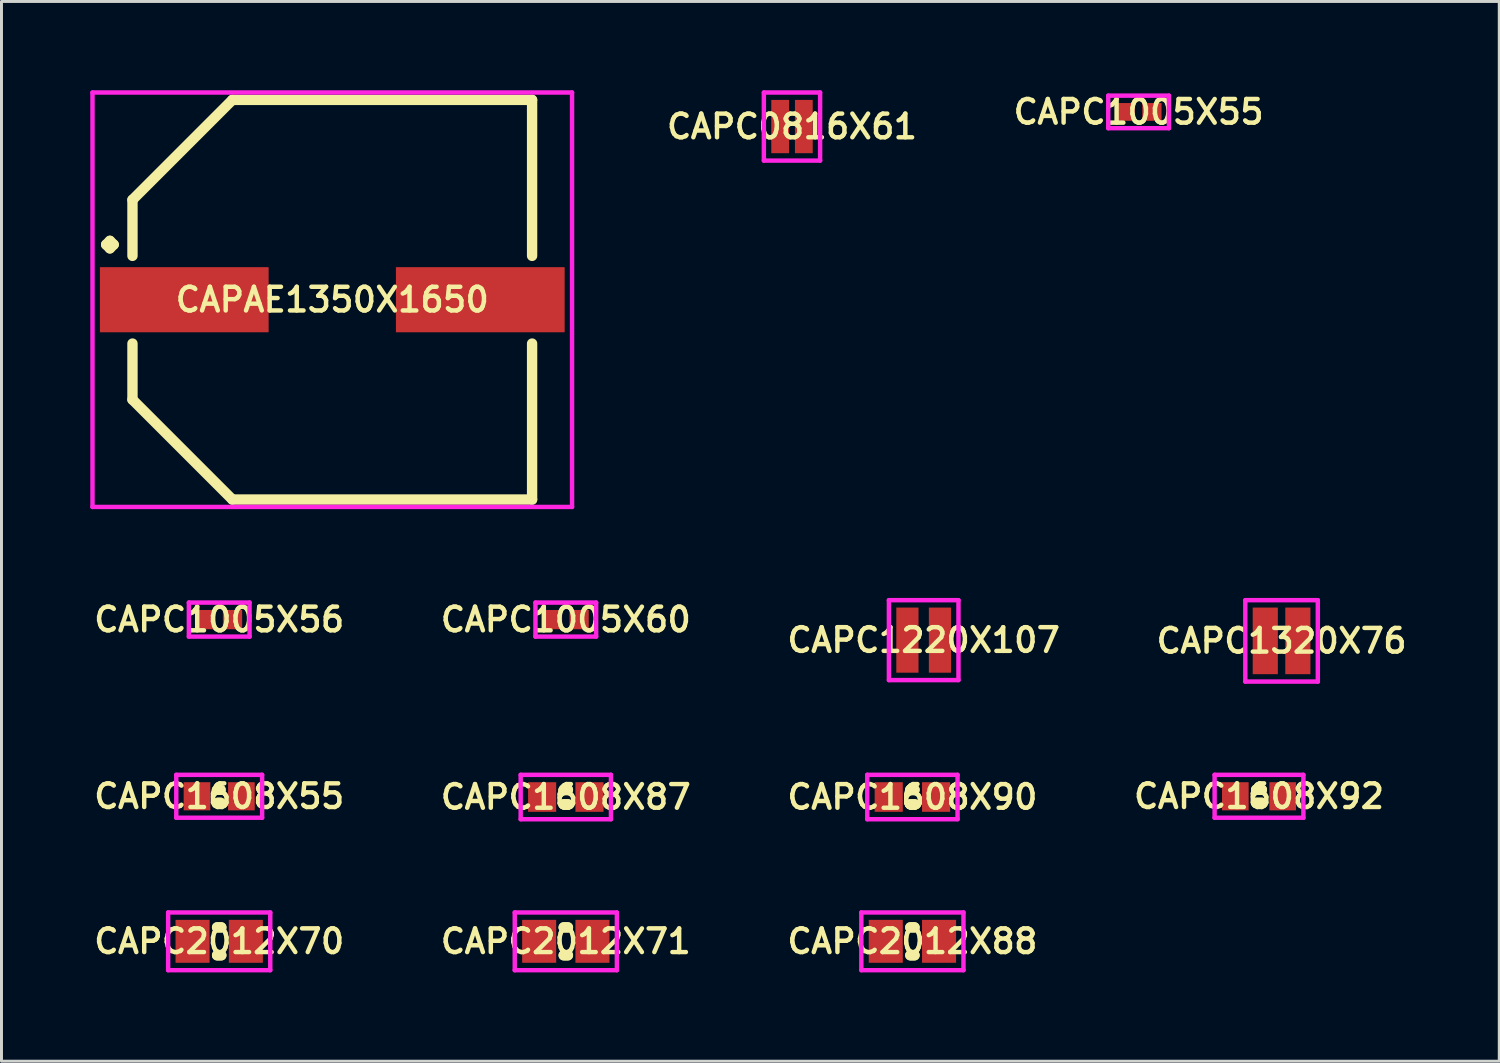
<source format=kicad_pcb>
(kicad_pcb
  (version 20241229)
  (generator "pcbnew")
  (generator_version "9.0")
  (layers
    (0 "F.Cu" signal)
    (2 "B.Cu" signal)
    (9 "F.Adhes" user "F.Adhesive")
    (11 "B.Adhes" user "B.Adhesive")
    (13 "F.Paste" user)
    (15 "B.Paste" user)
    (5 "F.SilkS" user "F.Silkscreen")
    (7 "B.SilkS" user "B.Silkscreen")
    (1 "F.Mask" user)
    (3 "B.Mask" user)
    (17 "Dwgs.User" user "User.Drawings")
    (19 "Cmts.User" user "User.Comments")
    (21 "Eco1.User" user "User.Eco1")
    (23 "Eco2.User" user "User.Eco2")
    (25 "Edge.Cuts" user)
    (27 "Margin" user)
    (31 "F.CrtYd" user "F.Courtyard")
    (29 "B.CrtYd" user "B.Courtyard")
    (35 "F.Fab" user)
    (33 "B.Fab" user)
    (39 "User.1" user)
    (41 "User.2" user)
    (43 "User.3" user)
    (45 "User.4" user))
  (footprint "CAPC1005X55"
    (layer "F.Cu")
    (at 35.414 0.731)
    (property "Reference" "CAPC1005X55" (at 0 0 0) (layer "F.SilkS") (effects (font (size 0.8 0.8) (thickness 0.15))))
    (attr smd)
    (fp_line (start -1.025 -0.55) (end 1.025 -0.55) (stroke (width 0.15) (type solid)) (layer "F.CrtYd"))
    (fp_line (start -1.025 0.55) (end -1.025 -0.55) (stroke (width 0.15) (type solid)) (layer "F.CrtYd"))
    (fp_line (start 1.025 -0.55) (end 1.025 0.55) (stroke (width 0.15) (type solid)) (layer "F.CrtYd"))
    (fp_line (start 1.025 0.55) (end -1.025 0.55) (stroke (width 0.15) (type solid)) (layer "F.CrtYd"))
    (pad "1" smd rect (at -0.45 0) (size 0.65 0.6) (layers "F.Cu" "F.Mask" "F.Paste"))
    (pad "2" smd rect (at 0.45 0) (size 0.65 0.6) (layers "F.Cu" "F.Mask" "F.Paste")))
  (footprint "CAPC1608X92"
    (layer "F.Cu")
    (at 39.482 23.85)
    (property "Reference" "CAPC1608X92" (at 0 0 0) (layer "F.SilkS") (effects (font (size 0.8 0.8) (thickness 0.15))))
    (attr smd)
    (fp_line (start -0.096 -0.221) (end 0.096 -0.221) (stroke (width 0.35) (type solid)) (layer "F.SilkS"))
    (fp_line (start -0.096 0.221) (end 0.096 0.221) (stroke (width 0.35) (type solid)) (layer "F.SilkS"))
    (fp_line (start 0.096 -0.221) (end -0.096 -0.221) (stroke (width 0.35) (type solid)) (layer "F.SilkS"))
    (fp_line (start 0.096 0.221) (end -0.096 0.221) (stroke (width 0.35) (type solid)) (layer "F.SilkS"))
    (fp_line (start -1.5 -0.725) (end 1.5 -0.725) (stroke (width 0.15) (type solid)) (layer "F.CrtYd"))
    (fp_line (start -1.5 0.725) (end -1.5 -0.725) (stroke (width 0.15) (type solid)) (layer "F.CrtYd"))
    (fp_line (start 1.5 -0.725) (end 1.5 0.725) (stroke (width 0.15) (type solid)) (layer "F.CrtYd"))
    (fp_line (start 1.5 0.725) (end -1.5 0.725) (stroke (width 0.15) (type solid)) (layer "F.CrtYd"))
    (pad "1" smd rect (at -0.8 0) (size 0.9 0.95) (layers "F.Cu" "F.Mask" "F.Paste"))
    (pad "2" smd rect (at 0.8 0) (size 0.9 0.95) (layers "F.Cu" "F.Mask" "F.Paste")))
  (footprint "CAPC2012X70"
    (layer "F.Cu")
    (at 4.355 28.75)
    (property "Reference" "CAPC2012X70" (at 0 0 0) (layer "F.SilkS") (effects (font (size 0.8 0.8) (thickness 0.15))))
    (attr smd)
    (fp_line (start -0.071 -0.471) (end 0.071 -0.471) (stroke (width 0.35) (type solid)) (layer "F.SilkS"))
    (fp_line (start -0.071 0.471) (end 0.071 0.471) (stroke (width 0.35) (type solid)) (layer "F.SilkS"))
    (fp_line (start 0.071 -0.471) (end -0.071 -0.471) (stroke (width 0.35) (type solid)) (layer "F.SilkS"))
    (fp_line (start 0.071 0.471) (end -0.071 0.471) (stroke (width 0.35) (type solid)) (layer "F.SilkS"))
    (fp_line (start -1.725 -0.975) (end 1.725 -0.975) (stroke (width 0.15) (type solid)) (layer "F.CrtYd"))
    (fp_line (start -1.725 0.975) (end -1.725 -0.975) (stroke (width 0.15) (type solid)) (layer "F.CrtYd"))
    (fp_line (start 1.725 -0.975) (end 1.725 0.975) (stroke (width 0.15) (type solid)) (layer "F.CrtYd"))
    (fp_line (start 1.725 0.975) (end -1.725 0.975) (stroke (width 0.15) (type solid)) (layer "F.CrtYd"))
    (pad "1" smd rect (at -0.9 0) (size 1.15 1.45) (layers "F.Cu" "F.Mask" "F.Paste"))
    (pad "2" smd rect (at 0.9 0) (size 1.15 1.45) (layers "F.Cu" "F.Mask" "F.Paste")))
  (footprint "CAPC2012X88"
    (layer "F.Cu")
    (at 27.773 28.75)
    (property "Reference" "CAPC2012X88" (at 0 0 0) (layer "F.SilkS") (effects (font (size 0.8 0.8) (thickness 0.15))))
    (attr smd)
    (fp_line (start -0.071 -0.471) (end 0.071 -0.471) (stroke (width 0.35) (type solid)) (layer "F.SilkS"))
    (fp_line (start -0.071 0.471) (end 0.071 0.471) (stroke (width 0.35) (type solid)) (layer "F.SilkS"))
    (fp_line (start 0.071 -0.471) (end -0.071 -0.471) (stroke (width 0.35) (type solid)) (layer "F.SilkS"))
    (fp_line (start 0.071 0.471) (end -0.071 0.471) (stroke (width 0.35) (type solid)) (layer "F.SilkS"))
    (fp_line (start -1.725 -0.975) (end 1.725 -0.975) (stroke (width 0.15) (type solid)) (layer "F.CrtYd"))
    (fp_line (start -1.725 0.975) (end -1.725 -0.975) (stroke (width 0.15) (type solid)) (layer "F.CrtYd"))
    (fp_line (start 1.725 -0.975) (end 1.725 0.975) (stroke (width 0.15) (type solid)) (layer "F.CrtYd"))
    (fp_line (start 1.725 0.975) (end -1.725 0.975) (stroke (width 0.15) (type solid)) (layer "F.CrtYd"))
    (pad "1" smd rect (at -0.9 0) (size 1.15 1.45) (layers "F.Cu" "F.Mask" "F.Paste"))
    (pad "2" smd rect (at 0.9 0) (size 1.15 1.45) (layers "F.Cu" "F.Mask" "F.Paste")))
  (footprint "CAPC1005X60"
    (layer "F.Cu")
    (at 16.064 17.881)
    (property "Reference" "CAPC1005X60" (at 0 0 0) (layer "F.SilkS") (effects (font (size 0.8 0.8) (thickness 0.15))))
    (attr smd)
    (fp_line (start -1.025 -0.575) (end 1.025 -0.575) (stroke (width 0.15) (type solid)) (layer "F.CrtYd"))
    (fp_line (start -1.025 0.575) (end -1.025 -0.575) (stroke (width 0.15) (type solid)) (layer "F.CrtYd"))
    (fp_line (start 1.025 -0.575) (end 1.025 0.575) (stroke (width 0.15) (type solid)) (layer "F.CrtYd"))
    (fp_line (start 1.025 0.575) (end -1.025 0.575) (stroke (width 0.15) (type solid)) (layer "F.CrtYd"))
    (pad "1" smd rect (at -0.45 0) (size 0.65 0.65) (layers "F.Cu" "F.Mask" "F.Paste"))
    (pad "2" smd rect (at 0.45 0) (size 0.65 0.65) (layers "F.Cu" "F.Mask" "F.Paste")))
  (footprint "CAPC0816X61"
    (layer "F.Cu")
    (at 23.705 1.225)
    (property "Reference" "CAPC0816X61" (at 0 0 0) (layer "F.SilkS") (effects (font (size 0.8 0.8) (thickness 0.15))))
    (attr smd)
    (fp_line (start -0.95 -1.15) (end 0.95 -1.15) (stroke (width 0.15) (type solid)) (layer "F.CrtYd"))
    (fp_line (start -0.95 1.15) (end -0.95 -1.15) (stroke (width 0.15) (type solid)) (layer "F.CrtYd"))
    (fp_line (start 0.95 -1.15) (end 0.95 1.15) (stroke (width 0.15) (type solid)) (layer "F.CrtYd"))
    (fp_line (start 0.95 1.15) (end -0.95 1.15) (stroke (width 0.15) (type solid)) (layer "F.CrtYd"))
    (pad "1" smd rect (at -0.4 0) (size 0.6 1.8) (layers "F.Cu" "F.Mask" "F.Paste"))
    (pad "2" smd rect (at 0.4 0) (size 0.6 1.8) (layers "F.Cu" "F.Mask" "F.Paste")))
  (footprint "CAPC1608X55"
    (layer "F.Cu")
    (at 4.355 23.85)
    (property "Reference" "CAPC1608X55" (at 0 0 0) (layer "F.SilkS") (effects (font (size 0.8 0.8) (thickness 0.15))))
    (attr smd)
    (fp_line (start -0.046 -0.221) (end 0.046 -0.221) (stroke (width 0.35) (type solid)) (layer "F.SilkS"))
    (fp_line (start -0.046 0.221) (end 0.046 0.221) (stroke (width 0.35) (type solid)) (layer "F.SilkS"))
    (fp_line (start 0.046 -0.221) (end -0.046 -0.221) (stroke (width 0.35) (type solid)) (layer "F.SilkS"))
    (fp_line (start 0.046 0.221) (end -0.046 0.221) (stroke (width 0.35) (type solid)) (layer "F.SilkS"))
    (fp_line (start -1.45 -0.725) (end 1.45 -0.725) (stroke (width 0.15) (type solid)) (layer "F.CrtYd"))
    (fp_line (start -1.45 0.725) (end -1.45 -0.725) (stroke (width 0.15) (type solid)) (layer "F.CrtYd"))
    (fp_line (start 1.45 -0.725) (end 1.45 0.725) (stroke (width 0.15) (type solid)) (layer "F.CrtYd"))
    (fp_line (start 1.45 0.725) (end -1.45 0.725) (stroke (width 0.15) (type solid)) (layer "F.CrtYd"))
    (pad "1" smd rect (at -0.75 0) (size 0.9 0.95) (layers "F.Cu" "F.Mask" "F.Paste"))
    (pad "2" smd rect (at 0.75 0) (size 0.9 0.95) (layers "F.Cu" "F.Mask" "F.Paste")))
  (footprint "CAPC2012X71"
    (layer "F.Cu")
    (at 16.064 28.75)
    (property "Reference" "CAPC2012X71" (at 0 0 0) (layer "F.SilkS") (effects (font (size 0.8 0.8) (thickness 0.15))))
    (attr smd)
    (fp_line (start -0.071 -0.471) (end 0.071 -0.471) (stroke (width 0.35) (type solid)) (layer "F.SilkS"))
    (fp_line (start -0.071 0.471) (end 0.071 0.471) (stroke (width 0.35) (type solid)) (layer "F.SilkS"))
    (fp_line (start 0.071 -0.471) (end -0.071 -0.471) (stroke (width 0.35) (type solid)) (layer "F.SilkS"))
    (fp_line (start 0.071 0.471) (end -0.071 0.471) (stroke (width 0.35) (type solid)) (layer "F.SilkS"))
    (fp_line (start -1.725 -0.975) (end 1.725 -0.975) (stroke (width 0.15) (type solid)) (layer "F.CrtYd"))
    (fp_line (start -1.725 0.975) (end -1.725 -0.975) (stroke (width 0.15) (type solid)) (layer "F.CrtYd"))
    (fp_line (start 1.725 -0.975) (end 1.725 0.975) (stroke (width 0.15) (type solid)) (layer "F.CrtYd"))
    (fp_line (start 1.725 0.975) (end -1.725 0.975) (stroke (width 0.15) (type solid)) (layer "F.CrtYd"))
    (pad "1" smd rect (at -0.9 0) (size 1.15 1.45) (layers "F.Cu" "F.Mask" "F.Paste"))
    (pad "2" smd rect (at 0.9 0) (size 1.15 1.45) (layers "F.Cu" "F.Mask" "F.Paste")))
  (footprint "CAPAE1350X1650"
    (layer "F.Cu")
    (at 8.175 7.075)
    (property "Reference" "CAPAE1350X1650" (at 0 0 0) (layer "F.SilkS") (effects (font (size 0.8 0.8) (thickness 0.15))))
    (attr smd)
    (fp_line (start -7.639 -1.862) (end -7.512 -1.989) (stroke (width 0.35) (type solid)) (layer "F.SilkS"))
    (fp_line (start -7.512 -1.989) (end -7.385 -1.862) (stroke (width 0.35) (type solid)) (layer "F.SilkS"))
    (fp_line (start -7.512 -1.735) (end -7.639 -1.862) (stroke (width 0.35) (type solid)) (layer "F.SilkS"))
    (fp_line (start -7.385 -1.862) (end -7.512 -1.735) (stroke (width 0.35) (type solid)) (layer "F.SilkS"))
    (fp_line (start -6.75 -3.375) (end -6.75 -1.481) (stroke (width 0.35) (type solid)) (layer "F.SilkS"))
    (fp_line (start -6.75 3.375) (end -6.75 1.481) (stroke (width 0.35) (type solid)) (layer "F.SilkS"))
    (fp_line (start -3.375 -6.75) (end -6.75 -3.375) (stroke (width 0.35) (type solid)) (layer "F.SilkS"))
    (fp_line (start -3.375 6.75) (end -6.75 3.375) (stroke (width 0.35) (type solid)) (layer "F.SilkS"))
    (fp_line (start 6.75 -6.75) (end -3.375 -6.75) (stroke (width 0.35) (type solid)) (layer "F.SilkS"))
    (fp_line (start 6.75 -1.481) (end 6.75 -6.75) (stroke (width 0.35) (type solid)) (layer "F.SilkS"))
    (fp_line (start 6.75 1.481) (end 6.75 6.75) (stroke (width 0.35) (type solid)) (layer "F.SilkS"))
    (fp_line (start 6.75 6.75) (end -3.375 6.75) (stroke (width 0.35) (type solid)) (layer "F.SilkS"))
    (fp_line (start -8.1 -7) (end 8.1 -7) (stroke (width 0.15) (type solid)) (layer "F.CrtYd"))
    (fp_line (start -8.1 7) (end -8.1 -7) (stroke (width 0.15) (type solid)) (layer "F.CrtYd"))
    (fp_line (start 8.1 -7) (end 8.1 7) (stroke (width 0.15) (type solid)) (layer "F.CrtYd"))
    (fp_line (start 8.1 7) (end -8.1 7) (stroke (width 0.15) (type solid)) (layer "F.CrtYd"))
    (pad "1" smd rect (at -5 0) (size 5.7 2.2) (layers "F.Cu" "F.Mask" "F.Paste"))
    (pad "2" smd rect (at 5 0) (size 5.7 2.2) (layers "F.Cu" "F.Mask" "F.Paste")))
  (footprint "CAPC1608X90"
    (layer "F.Cu")
    (at 27.773 23.875)
    (property "Reference" "CAPC1608X90" (at 0 0 0) (layer "F.SilkS") (effects (font (size 0.8 0.8) (thickness 0.15))))
    (attr smd)
    (fp_line (start -0.071 -0.246) (end 0.071 -0.246) (stroke (width 0.35) (type solid)) (layer "F.SilkS"))
    (fp_line (start -0.071 0.246) (end 0.071 0.246) (stroke (width 0.35) (type solid)) (layer "F.SilkS"))
    (fp_line (start 0.071 -0.246) (end -0.071 -0.246) (stroke (width 0.35) (type solid)) (layer "F.SilkS"))
    (fp_line (start 0.071 0.246) (end -0.071 0.246) (stroke (width 0.35) (type solid)) (layer "F.SilkS"))
    (fp_line (start -1.525 -0.75) (end 1.525 -0.75) (stroke (width 0.15) (type solid)) (layer "F.CrtYd"))
    (fp_line (start -1.525 0.75) (end -1.525 -0.75) (stroke (width 0.15) (type solid)) (layer "F.CrtYd"))
    (fp_line (start 1.525 -0.75) (end 1.525 0.75) (stroke (width 0.15) (type solid)) (layer "F.CrtYd"))
    (fp_line (start 1.525 0.75) (end -1.525 0.75) (stroke (width 0.15) (type solid)) (layer "F.CrtYd"))
    (pad "1" smd rect (at -0.8 0) (size 0.95 1) (layers "F.Cu" "F.Mask" "F.Paste"))
    (pad "2" smd rect (at 0.8 0) (size 0.95 1) (layers "F.Cu" "F.Mask" "F.Paste")))
  (footprint "CAPC1608X87"
    (layer "F.Cu")
    (at 16.064 23.875)
    (property "Reference" "CAPC1608X87" (at 0 0 0) (layer "F.SilkS") (effects (font (size 0.8 0.8) (thickness 0.15))))
    (attr smd)
    (fp_line (start -0.071 -0.246) (end 0.071 -0.246) (stroke (width 0.35) (type solid)) (layer "F.SilkS"))
    (fp_line (start -0.071 0.246) (end 0.071 0.246) (stroke (width 0.35) (type solid)) (layer "F.SilkS"))
    (fp_line (start 0.071 -0.246) (end -0.071 -0.246) (stroke (width 0.35) (type solid)) (layer "F.SilkS"))
    (fp_line (start 0.071 0.246) (end -0.071 0.246) (stroke (width 0.35) (type solid)) (layer "F.SilkS"))
    (fp_line (start -1.525 -0.75) (end 1.525 -0.75) (stroke (width 0.15) (type solid)) (layer "F.CrtYd"))
    (fp_line (start -1.525 0.75) (end -1.525 -0.75) (stroke (width 0.15) (type solid)) (layer "F.CrtYd"))
    (fp_line (start 1.525 -0.75) (end 1.525 0.75) (stroke (width 0.15) (type solid)) (layer "F.CrtYd"))
    (fp_line (start 1.525 0.75) (end -1.525 0.75) (stroke (width 0.15) (type solid)) (layer "F.CrtYd"))
    (pad "1" smd rect (at -0.8 0) (size 0.95 1) (layers "F.Cu" "F.Mask" "F.Paste"))
    (pad "2" smd rect (at 0.8 0) (size 0.95 1) (layers "F.Cu" "F.Mask" "F.Paste")))
  (footprint "CAPC1320X76"
    (layer "F.Cu")
    (at 40.244 18.6)
    (property "Reference" "CAPC1320X76" (at 0 0 0) (layer "F.SilkS") (effects (font (size 0.8 0.8) (thickness 0.15))))
    (attr smd)
    (fp_line (start -1.225 -1.375) (end 1.225 -1.375) (stroke (width 0.15) (type solid)) (layer "F.CrtYd"))
    (fp_line (start -1.225 1.375) (end -1.225 -1.375) (stroke (width 0.15) (type solid)) (layer "F.CrtYd"))
    (fp_line (start 1.225 -1.375) (end 1.225 1.375) (stroke (width 0.15) (type solid)) (layer "F.CrtYd"))
    (fp_line (start 1.225 1.375) (end -1.225 1.375) (stroke (width 0.15) (type solid)) (layer "F.CrtYd"))
    (pad "1" smd rect (at -0.55 0) (size 0.85 2.25) (layers "F.Cu" "F.Mask" "F.Paste"))
    (pad "2" smd rect (at 0.55 0) (size 0.85 2.25) (layers "F.Cu" "F.Mask" "F.Paste")))
  (footprint "CAPC1220X107"
    (layer "F.Cu")
    (at 28.154 18.575)
    (property "Reference" "CAPC1220X107" (at 0 0 0) (layer "F.SilkS") (effects (font (size 0.8 0.8) (thickness 0.15))))
    (attr smd)
    (fp_line (start -1.175 -1.35) (end 1.175 -1.35) (stroke (width 0.15) (type solid)) (layer "F.CrtYd"))
    (fp_line (start -1.175 1.35) (end -1.175 -1.35) (stroke (width 0.15) (type solid)) (layer "F.CrtYd"))
    (fp_line (start 1.175 -1.35) (end 1.175 1.35) (stroke (width 0.15) (type solid)) (layer "F.CrtYd"))
    (fp_line (start 1.175 1.35) (end -1.175 1.35) (stroke (width 0.15) (type solid)) (layer "F.CrtYd"))
    (pad "1" smd rect (at -0.55 0) (size 0.75 2.2) (layers "F.Cu" "F.Mask" "F.Paste"))
    (pad "2" smd rect (at 0.55 0) (size 0.75 2.2) (layers "F.Cu" "F.Mask" "F.Paste")))
  (footprint "CAPC1005X56"
    (layer "F.Cu")
    (at 4.355 17.881)
    (property "Reference" "CAPC1005X56" (at 0 0 0) (layer "F.SilkS") (effects (font (size 0.8 0.8) (thickness 0.15))))
    (attr smd)
    (fp_line (start -1.025 -0.575) (end 1.025 -0.575) (stroke (width 0.15) (type solid)) (layer "F.CrtYd"))
    (fp_line (start -1.025 0.575) (end -1.025 -0.575) (stroke (width 0.15) (type solid)) (layer "F.CrtYd"))
    (fp_line (start 1.025 -0.575) (end 1.025 0.575) (stroke (width 0.15) (type solid)) (layer "F.CrtYd"))
    (fp_line (start 1.025 0.575) (end -1.025 0.575) (stroke (width 0.15) (type solid)) (layer "F.CrtYd"))
    (pad "1" smd rect (at -0.45 0) (size 0.65 0.65) (layers "F.Cu" "F.Mask" "F.Paste"))
    (pad "2" smd rect (at 0.45 0) (size 0.65 0.65) (layers "F.Cu" "F.Mask" "F.Paste")))
  (gr_rect
    (start -3 -3)
    (end 47.598 32.8)
    (stroke (width 0.1) (type default))
    (fill no)
    (layer "Edge.Cuts")))
</source>
